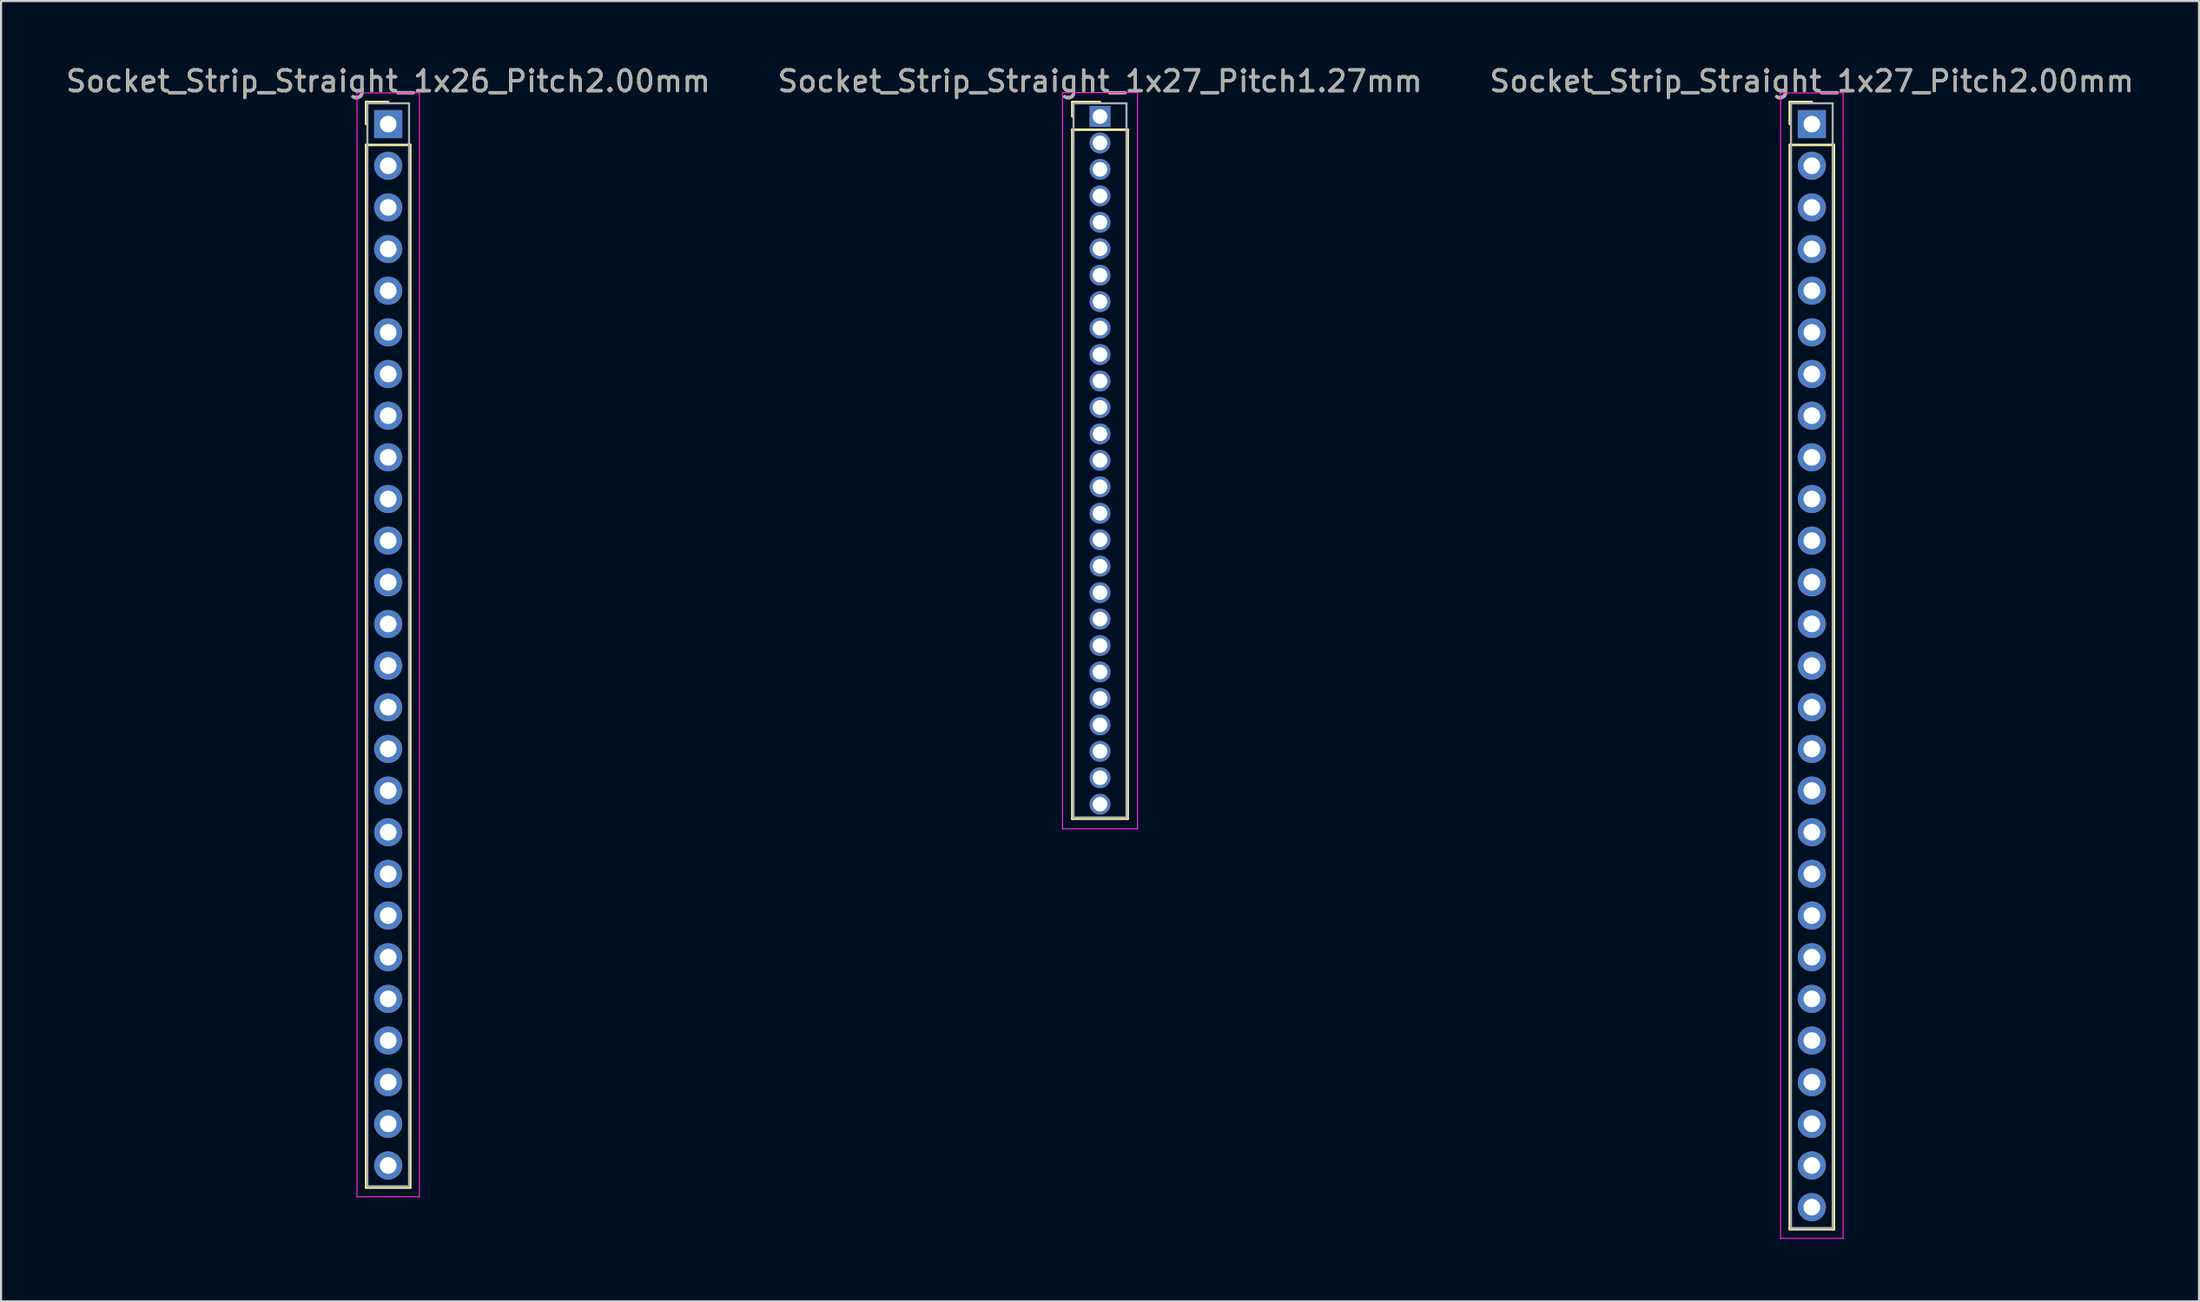
<source format=kicad_pcb>
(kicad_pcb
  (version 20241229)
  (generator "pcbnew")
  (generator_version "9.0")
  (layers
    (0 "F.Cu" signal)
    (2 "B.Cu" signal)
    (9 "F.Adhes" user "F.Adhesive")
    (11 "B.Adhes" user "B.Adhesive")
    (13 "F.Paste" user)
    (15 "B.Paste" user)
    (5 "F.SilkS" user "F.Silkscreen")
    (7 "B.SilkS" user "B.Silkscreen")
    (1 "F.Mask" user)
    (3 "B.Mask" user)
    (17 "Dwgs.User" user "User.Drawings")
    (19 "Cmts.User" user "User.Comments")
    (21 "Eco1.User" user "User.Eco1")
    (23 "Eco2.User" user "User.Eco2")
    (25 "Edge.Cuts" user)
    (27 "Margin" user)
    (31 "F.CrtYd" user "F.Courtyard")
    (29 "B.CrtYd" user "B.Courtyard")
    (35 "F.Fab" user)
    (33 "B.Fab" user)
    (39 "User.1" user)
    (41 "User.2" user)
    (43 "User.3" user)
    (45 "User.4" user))
  (footprint "Socket_Strip_Straight_1x27_Pitch2.00mm"
    (layer "F.Cu")
    (at 83.887 2.908)
    (property "Reference" "Socket_Strip_Straight_1x27_Pitch2.00mm" (at 0 -2.06 0) (layer "F.SilkS") (effects (font (size 1 1) (thickness 0.15))))
    (attr through_hole)
    (fp_line (start -1.06 -1.06) (end 0 -1.06) (stroke (width 0.12) (type solid)) (layer "F.SilkS"))
    (fp_line (start -1.06 0) (end -1.06 -1.06) (stroke (width 0.12) (type solid)) (layer "F.SilkS"))
    (fp_line (start -1.06 1) (end -1.06 53.06) (stroke (width 0.12) (type solid)) (layer "F.SilkS"))
    (fp_line (start -1.06 53.06) (end 1.06 53.06) (stroke (width 0.12) (type solid)) (layer "F.SilkS"))
    (fp_line (start 1.06 1) (end -1.06 1) (stroke (width 0.12) (type solid)) (layer "F.SilkS"))
    (fp_line (start 1.06 53.06) (end 1.06 1) (stroke (width 0.12) (type solid)) (layer "F.SilkS"))
    (fp_line (start -1.5 -1.5) (end -1.5 53.5) (stroke (width 0.05) (type solid)) (layer "F.CrtYd"))
    (fp_line (start -1.5 53.5) (end 1.5 53.5) (stroke (width 0.05) (type solid)) (layer "F.CrtYd"))
    (fp_line (start 1.5 -1.5) (end -1.5 -1.5) (stroke (width 0.05) (type solid)) (layer "F.CrtYd"))
    (fp_line (start 1.5 53.5) (end 1.5 -1.5) (stroke (width 0.05) (type solid)) (layer "F.CrtYd"))
    (fp_line (start -1 -1) (end -1 53) (stroke (width 0.1) (type solid)) (layer "F.Fab"))
    (fp_line (start -1 53) (end 1 53) (stroke (width 0.1) (type solid)) (layer "F.Fab"))
    (fp_line (start 1 -1) (end -1 -1) (stroke (width 0.1) (type solid)) (layer "F.Fab"))
    (fp_line (start 1 53) (end 1 -1) (stroke (width 0.1) (type solid)) (layer "F.Fab"))
    (fp_text user "${REFERENCE}" (at 0 -2.06 0) (layer "F.Fab") (effects (font (size 1 1) (thickness 0.15))))
    (pad "1" thru_hole rect (at 0 0) (size 1.35 1.35) (drill 0.8) (layers "*.Cu" "*.Mask"))
    (pad "2" thru_hole oval (at 0 2) (size 1.35 1.35) (drill 0.8) (layers "*.Cu" "*.Mask"))
    (pad "3" thru_hole oval (at 0 4) (size 1.35 1.35) (drill 0.8) (layers "*.Cu" "*.Mask"))
    (pad "4" thru_hole oval (at 0 6) (size 1.35 1.35) (drill 0.8) (layers "*.Cu" "*.Mask"))
    (pad "5" thru_hole oval (at 0 8) (size 1.35 1.35) (drill 0.8) (layers "*.Cu" "*.Mask"))
    (pad "6" thru_hole oval (at 0 10) (size 1.35 1.35) (drill 0.8) (layers "*.Cu" "*.Mask"))
    (pad "7" thru_hole oval (at 0 12) (size 1.35 1.35) (drill 0.8) (layers "*.Cu" "*.Mask"))
    (pad "8" thru_hole oval (at 0 14) (size 1.35 1.35) (drill 0.8) (layers "*.Cu" "*.Mask"))
    (pad "9" thru_hole oval (at 0 16) (size 1.35 1.35) (drill 0.8) (layers "*.Cu" "*.Mask"))
    (pad "10" thru_hole oval (at 0 18) (size 1.35 1.35) (drill 0.8) (layers "*.Cu" "*.Mask"))
    (pad "11" thru_hole oval (at 0 20) (size 1.35 1.35) (drill 0.8) (layers "*.Cu" "*.Mask"))
    (pad "12" thru_hole oval (at 0 22) (size 1.35 1.35) (drill 0.8) (layers "*.Cu" "*.Mask"))
    (pad "13" thru_hole oval (at 0 24) (size 1.35 1.35) (drill 0.8) (layers "*.Cu" "*.Mask"))
    (pad "14" thru_hole oval (at 0 26) (size 1.35 1.35) (drill 0.8) (layers "*.Cu" "*.Mask"))
    (pad "15" thru_hole oval (at 0 28) (size 1.35 1.35) (drill 0.8) (layers "*.Cu" "*.Mask"))
    (pad "16" thru_hole oval (at 0 30) (size 1.35 1.35) (drill 0.8) (layers "*.Cu" "*.Mask"))
    (pad "17" thru_hole oval (at 0 32) (size 1.35 1.35) (drill 0.8) (layers "*.Cu" "*.Mask"))
    (pad "18" thru_hole oval (at 0 34) (size 1.35 1.35) (drill 0.8) (layers "*.Cu" "*.Mask"))
    (pad "19" thru_hole oval (at 0 36) (size 1.35 1.35) (drill 0.8) (layers "*.Cu" "*.Mask"))
    (pad "20" thru_hole oval (at 0 38) (size 1.35 1.35) (drill 0.8) (layers "*.Cu" "*.Mask"))
    (pad "21" thru_hole oval (at 0 40) (size 1.35 1.35) (drill 0.8) (layers "*.Cu" "*.Mask"))
    (pad "22" thru_hole oval (at 0 42) (size 1.35 1.35) (drill 0.8) (layers "*.Cu" "*.Mask"))
    (pad "23" thru_hole oval (at 0 44) (size 1.35 1.35) (drill 0.8) (layers "*.Cu" "*.Mask"))
    (pad "24" thru_hole oval (at 0 46) (size 1.35 1.35) (drill 0.8) (layers "*.Cu" "*.Mask"))
    (pad "25" thru_hole oval (at 0 48) (size 1.35 1.35) (drill 0.8) (layers "*.Cu" "*.Mask"))
    (pad "26" thru_hole oval (at 0 50) (size 1.35 1.35) (drill 0.8) (layers "*.Cu" "*.Mask"))
    (pad "27" thru_hole oval (at 0 52) (size 1.35 1.35) (drill 0.8) (layers "*.Cu" "*.Mask")))
  (footprint "Socket_Strip_Straight_1x27_Pitch1.27mm"
    (layer "F.Cu")
    (at 49.732 2.543)
    (property "Reference" "Socket_Strip_Straight_1x27_Pitch1.27mm" (at 0 -1.695 0) (layer "F.SilkS") (effects (font (size 1 1) (thickness 0.15))))
    (attr through_hole)
    (fp_line (start -1.33 -0.695) (end 0 -0.695) (stroke (width 0.12) (type solid)) (layer "F.SilkS"))
    (fp_line (start -1.33 0) (end -1.33 -0.695) (stroke (width 0.12) (type solid)) (layer "F.SilkS"))
    (fp_line (start -1.33 0.635) (end -1.33 33.715) (stroke (width 0.12) (type solid)) (layer "F.SilkS"))
    (fp_line (start -1.33 33.715) (end 1.33 33.715) (stroke (width 0.12) (type solid)) (layer "F.SilkS"))
    (fp_line (start 1.33 0.635) (end -1.33 0.635) (stroke (width 0.12) (type solid)) (layer "F.SilkS"))
    (fp_line (start 1.33 33.715) (end 1.33 0.635) (stroke (width 0.12) (type solid)) (layer "F.SilkS"))
    (fp_line (start -1.8 -1.15) (end -1.8 34.2) (stroke (width 0.05) (type solid)) (layer "F.CrtYd"))
    (fp_line (start -1.8 34.2) (end 1.8 34.2) (stroke (width 0.05) (type solid)) (layer "F.CrtYd"))
    (fp_line (start 1.8 -1.15) (end -1.8 -1.15) (stroke (width 0.05) (type solid)) (layer "F.CrtYd"))
    (fp_line (start 1.8 34.2) (end 1.8 -1.15) (stroke (width 0.05) (type solid)) (layer "F.CrtYd"))
    (fp_line (start -1.27 -0.635) (end -1.27 33.655) (stroke (width 0.1) (type solid)) (layer "F.Fab"))
    (fp_line (start -1.27 33.655) (end 1.27 33.655) (stroke (width 0.1) (type solid)) (layer "F.Fab"))
    (fp_line (start 1.27 -0.635) (end -1.27 -0.635) (stroke (width 0.1) (type solid)) (layer "F.Fab"))
    (fp_line (start 1.27 33.655) (end 1.27 -0.635) (stroke (width 0.1) (type solid)) (layer "F.Fab"))
    (fp_text user "${REFERENCE}" (at 0 -1.695 0) (layer "F.Fab") (effects (font (size 1 1) (thickness 0.15))))
    (pad "1" thru_hole rect (at 0 0) (size 1 1) (drill 0.7) (layers "*.Cu" "*.Mask"))
    (pad "2" thru_hole oval (at 0 1.27) (size 1 1) (drill 0.7) (layers "*.Cu" "*.Mask"))
    (pad "3" thru_hole oval (at 0 2.54) (size 1 1) (drill 0.7) (layers "*.Cu" "*.Mask"))
    (pad "4" thru_hole oval (at 0 3.81) (size 1 1) (drill 0.7) (layers "*.Cu" "*.Mask"))
    (pad "5" thru_hole oval (at 0 5.08) (size 1 1) (drill 0.7) (layers "*.Cu" "*.Mask"))
    (pad "6" thru_hole oval (at 0 6.35) (size 1 1) (drill 0.7) (layers "*.Cu" "*.Mask"))
    (pad "7" thru_hole oval (at 0 7.62) (size 1 1) (drill 0.7) (layers "*.Cu" "*.Mask"))
    (pad "8" thru_hole oval (at 0 8.89) (size 1 1) (drill 0.7) (layers "*.Cu" "*.Mask"))
    (pad "9" thru_hole oval (at 0 10.16) (size 1 1) (drill 0.7) (layers "*.Cu" "*.Mask"))
    (pad "10" thru_hole oval (at 0 11.43) (size 1 1) (drill 0.7) (layers "*.Cu" "*.Mask"))
    (pad "11" thru_hole oval (at 0 12.7) (size 1 1) (drill 0.7) (layers "*.Cu" "*.Mask"))
    (pad "12" thru_hole oval (at 0 13.97) (size 1 1) (drill 0.7) (layers "*.Cu" "*.Mask"))
    (pad "13" thru_hole oval (at 0 15.24) (size 1 1) (drill 0.7) (layers "*.Cu" "*.Mask"))
    (pad "14" thru_hole oval (at 0 16.51) (size 1 1) (drill 0.7) (layers "*.Cu" "*.Mask"))
    (pad "15" thru_hole oval (at 0 17.78) (size 1 1) (drill 0.7) (layers "*.Cu" "*.Mask"))
    (pad "16" thru_hole oval (at 0 19.05) (size 1 1) (drill 0.7) (layers "*.Cu" "*.Mask"))
    (pad "17" thru_hole oval (at 0 20.32) (size 1 1) (drill 0.7) (layers "*.Cu" "*.Mask"))
    (pad "18" thru_hole oval (at 0 21.59) (size 1 1) (drill 0.7) (layers "*.Cu" "*.Mask"))
    (pad "19" thru_hole oval (at 0 22.86) (size 1 1) (drill 0.7) (layers "*.Cu" "*.Mask"))
    (pad "20" thru_hole oval (at 0 24.13) (size 1 1) (drill 0.7) (layers "*.Cu" "*.Mask"))
    (pad "21" thru_hole oval (at 0 25.4) (size 1 1) (drill 0.7) (layers "*.Cu" "*.Mask"))
    (pad "22" thru_hole oval (at 0 26.67) (size 1 1) (drill 0.7) (layers "*.Cu" "*.Mask"))
    (pad "23" thru_hole oval (at 0 27.94) (size 1 1) (drill 0.7) (layers "*.Cu" "*.Mask"))
    (pad "24" thru_hole oval (at 0 29.21) (size 1 1) (drill 0.7) (layers "*.Cu" "*.Mask"))
    (pad "25" thru_hole oval (at 0 30.48) (size 1 1) (drill 0.7) (layers "*.Cu" "*.Mask"))
    (pad "26" thru_hole oval (at 0 31.75) (size 1 1) (drill 0.7) (layers "*.Cu" "*.Mask"))
    (pad "27" thru_hole oval (at 0 33.02) (size 1 1) (drill 0.7) (layers "*.Cu" "*.Mask")))
  (footprint "Socket_Strip_Straight_1x26_Pitch2.00mm"
    (layer "F.Cu")
    (at 15.577 2.908)
    (property "Reference" "Socket_Strip_Straight_1x26_Pitch2.00mm" (at 0 -2.06 0) (layer "F.SilkS") (effects (font (size 1 1) (thickness 0.15))))
    (attr through_hole)
    (fp_line (start -1.06 -1.06) (end 0 -1.06) (stroke (width 0.12) (type solid)) (layer "F.SilkS"))
    (fp_line (start -1.06 0) (end -1.06 -1.06) (stroke (width 0.12) (type solid)) (layer "F.SilkS"))
    (fp_line (start -1.06 1) (end -1.06 51.06) (stroke (width 0.12) (type solid)) (layer "F.SilkS"))
    (fp_line (start -1.06 51.06) (end 1.06 51.06) (stroke (width 0.12) (type solid)) (layer "F.SilkS"))
    (fp_line (start 1.06 1) (end -1.06 1) (stroke (width 0.12) (type solid)) (layer "F.SilkS"))
    (fp_line (start 1.06 51.06) (end 1.06 1) (stroke (width 0.12) (type solid)) (layer "F.SilkS"))
    (fp_line (start -1.5 -1.5) (end -1.5 51.5) (stroke (width 0.05) (type solid)) (layer "F.CrtYd"))
    (fp_line (start -1.5 51.5) (end 1.5 51.5) (stroke (width 0.05) (type solid)) (layer "F.CrtYd"))
    (fp_line (start 1.5 -1.5) (end -1.5 -1.5) (stroke (width 0.05) (type solid)) (layer "F.CrtYd"))
    (fp_line (start 1.5 51.5) (end 1.5 -1.5) (stroke (width 0.05) (type solid)) (layer "F.CrtYd"))
    (fp_line (start -1 -1) (end -1 51) (stroke (width 0.1) (type solid)) (layer "F.Fab"))
    (fp_line (start -1 51) (end 1 51) (stroke (width 0.1) (type solid)) (layer "F.Fab"))
    (fp_line (start 1 -1) (end -1 -1) (stroke (width 0.1) (type solid)) (layer "F.Fab"))
    (fp_line (start 1 51) (end 1 -1) (stroke (width 0.1) (type solid)) (layer "F.Fab"))
    (fp_text user "${REFERENCE}" (at 0 -2.06 0) (layer "F.Fab") (effects (font (size 1 1) (thickness 0.15))))
    (pad "1" thru_hole rect (at 0 0) (size 1.35 1.35) (drill 0.8) (layers "*.Cu" "*.Mask"))
    (pad "2" thru_hole oval (at 0 2) (size 1.35 1.35) (drill 0.8) (layers "*.Cu" "*.Mask"))
    (pad "3" thru_hole oval (at 0 4) (size 1.35 1.35) (drill 0.8) (layers "*.Cu" "*.Mask"))
    (pad "4" thru_hole oval (at 0 6) (size 1.35 1.35) (drill 0.8) (layers "*.Cu" "*.Mask"))
    (pad "5" thru_hole oval (at 0 8) (size 1.35 1.35) (drill 0.8) (layers "*.Cu" "*.Mask"))
    (pad "6" thru_hole oval (at 0 10) (size 1.35 1.35) (drill 0.8) (layers "*.Cu" "*.Mask"))
    (pad "7" thru_hole oval (at 0 12) (size 1.35 1.35) (drill 0.8) (layers "*.Cu" "*.Mask"))
    (pad "8" thru_hole oval (at 0 14) (size 1.35 1.35) (drill 0.8) (layers "*.Cu" "*.Mask"))
    (pad "9" thru_hole oval (at 0 16) (size 1.35 1.35) (drill 0.8) (layers "*.Cu" "*.Mask"))
    (pad "10" thru_hole oval (at 0 18) (size 1.35 1.35) (drill 0.8) (layers "*.Cu" "*.Mask"))
    (pad "11" thru_hole oval (at 0 20) (size 1.35 1.35) (drill 0.8) (layers "*.Cu" "*.Mask"))
    (pad "12" thru_hole oval (at 0 22) (size 1.35 1.35) (drill 0.8) (layers "*.Cu" "*.Mask"))
    (pad "13" thru_hole oval (at 0 24) (size 1.35 1.35) (drill 0.8) (layers "*.Cu" "*.Mask"))
    (pad "14" thru_hole oval (at 0 26) (size 1.35 1.35) (drill 0.8) (layers "*.Cu" "*.Mask"))
    (pad "15" thru_hole oval (at 0 28) (size 1.35 1.35) (drill 0.8) (layers "*.Cu" "*.Mask"))
    (pad "16" thru_hole oval (at 0 30) (size 1.35 1.35) (drill 0.8) (layers "*.Cu" "*.Mask"))
    (pad "17" thru_hole oval (at 0 32) (size 1.35 1.35) (drill 0.8) (layers "*.Cu" "*.Mask"))
    (pad "18" thru_hole oval (at 0 34) (size 1.35 1.35) (drill 0.8) (layers "*.Cu" "*.Mask"))
    (pad "19" thru_hole oval (at 0 36) (size 1.35 1.35) (drill 0.8) (layers "*.Cu" "*.Mask"))
    (pad "20" thru_hole oval (at 0 38) (size 1.35 1.35) (drill 0.8) (layers "*.Cu" "*.Mask"))
    (pad "21" thru_hole oval (at 0 40) (size 1.35 1.35) (drill 0.8) (layers "*.Cu" "*.Mask"))
    (pad "22" thru_hole oval (at 0 42) (size 1.35 1.35) (drill 0.8) (layers "*.Cu" "*.Mask"))
    (pad "23" thru_hole oval (at 0 44) (size 1.35 1.35) (drill 0.8) (layers "*.Cu" "*.Mask"))
    (pad "24" thru_hole oval (at 0 46) (size 1.35 1.35) (drill 0.8) (layers "*.Cu" "*.Mask"))
    (pad "25" thru_hole oval (at 0 48) (size 1.35 1.35) (drill 0.8) (layers "*.Cu" "*.Mask"))
    (pad "26" thru_hole oval (at 0 50) (size 1.35 1.35) (drill 0.8) (layers "*.Cu" "*.Mask")))
  (gr_rect
    (start -3 -3)
    (end 102.464 59.433)
    (stroke (width 0.1) (type default))
    (fill no)
    (layer "Edge.Cuts")))
</source>
